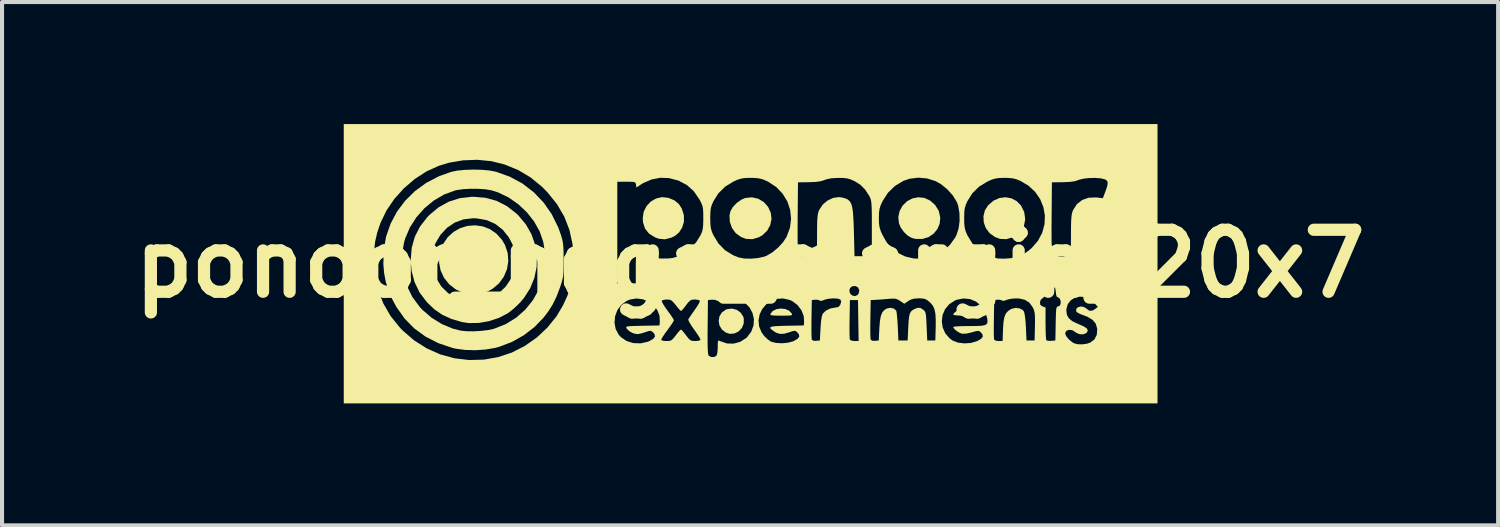
<source format=kicad_pcb>
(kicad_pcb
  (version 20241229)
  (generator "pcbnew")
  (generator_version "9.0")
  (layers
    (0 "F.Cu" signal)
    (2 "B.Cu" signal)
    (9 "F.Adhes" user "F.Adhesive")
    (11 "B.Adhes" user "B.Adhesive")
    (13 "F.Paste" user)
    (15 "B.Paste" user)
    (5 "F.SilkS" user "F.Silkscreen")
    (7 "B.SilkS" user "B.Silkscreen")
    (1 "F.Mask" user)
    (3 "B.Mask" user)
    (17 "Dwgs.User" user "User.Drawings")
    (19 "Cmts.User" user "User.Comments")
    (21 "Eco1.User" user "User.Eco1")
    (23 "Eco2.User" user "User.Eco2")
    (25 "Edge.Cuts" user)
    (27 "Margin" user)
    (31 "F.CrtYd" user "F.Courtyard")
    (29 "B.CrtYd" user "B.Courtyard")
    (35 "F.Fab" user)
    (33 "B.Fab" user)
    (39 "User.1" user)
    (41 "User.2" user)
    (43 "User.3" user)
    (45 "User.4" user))
  (footprint "ponoor_nega_margin_20x7"
    (layer "F.Cu")
    (at 15.392 3.434)
    (property "Reference" "ponoor_nega_margin_20x7" (at 0 0 0) (layer "F.SilkS") (effects (font (size 1.524 1.524) (thickness 0.3))))
    (attr board_only exclude_from_pos_files exclude_from_bom)
    (fp_poly (pts (xy -2.696 1.107) (xy -2.612 1.142) (xy -2.542 1.189) (xy -2.501 1.237) (xy -2.497 1.253) (xy -2.524 1.263) (xy -2.595 1.271) (xy -2.699 1.276) (xy -2.786 1.277) (xy -3.074 1.277) (xy -3.02 1.216) (xy -2.917 1.136) (xy -2.799 1.099)) (stroke (width 0) (type solid)) (fill yes) (layer "F.SilkS"))
    (fp_poly (pts (xy 5.428 1.143) (xy 5.517 1.216) (xy 5.571 1.277) (xy 5.283 1.277) (xy 5.163 1.275) (xy 5.067 1.269) (xy 5.008 1.26) (xy 4.995 1.253) (xy 5.019 1.209) (xy 5.08 1.159) (xy 5.16 1.118) (xy 5.193 1.107) (xy 5.31 1.101)) (stroke (width 0) (type solid)) (fill yes) (layer "F.SilkS"))
    (fp_poly (pts (xy -0.326 1.134) (xy -0.229 1.205) (xy -0.166 1.305) (xy -0.154 1.348) (xy -0.156 1.471) (xy -0.201 1.579) (xy -0.279 1.663) (xy -0.38 1.714) (xy -0.493 1.725) (xy -0.593 1.695) (xy -0.694 1.617) (xy -0.753 1.516) (xy -0.772 1.404) (xy -0.752 1.294) (xy -0.693 1.198) (xy -0.595 1.129) (xy -0.566 1.118) (xy -0.443 1.103)) (stroke (width 0) (type solid)) (fill yes) (layer "F.SilkS"))
    (fp_poly (pts (xy 0.861 1.113) (xy 0.956 1.152) (xy 1.022 1.22) (xy 1.022 1.221) (xy 1.033 1.246) (xy 1.026 1.263) (xy 0.993 1.272) (xy 0.925 1.276) (xy 0.811 1.277) (xy 0.768 1.277) (xy 0.637 1.276) (xy 0.555 1.271) (xy 0.511 1.262) (xy 0.498 1.246) (xy 0.5 1.236) (xy 0.555 1.164) (xy 0.644 1.119) (xy 0.752 1.102)) (stroke (width 0) (type solid)) (fill yes) (layer "F.SilkS"))
    (fp_poly (pts (xy 0.203 -1.597) (xy 0.342 -1.512) (xy 0.443 -1.398) (xy 0.51 -1.252) (xy 0.527 -1.099) (xy 0.496 -0.949) (xy 0.421 -0.813) (xy 0.305 -0.701) (xy 0.214 -0.649) (xy 0.056 -0.603) (xy -0.098 -0.611) (xy -0.222 -0.657) (xy -0.351 -0.75) (xy -0.445 -0.879) (xy -0.498 -1.03) (xy -0.505 -1.189) (xy -0.484 -1.286) (xy -0.426 -1.391) (xy -0.33 -1.493) (xy -0.214 -1.575) (xy -0.115 -1.617) (xy 0.047 -1.633)) (stroke (width 0) (type solid)) (fill yes) (layer "F.SilkS"))
    (fp_poly (pts (xy 6.423 -1.609) (xy 6.553 -1.541) (xy 6.66 -1.432) (xy 6.735 -1.283) (xy 6.742 -1.262) (xy 6.765 -1.091) (xy 6.735 -0.934) (xy 6.655 -0.797) (xy 6.529 -0.688) (xy 6.458 -0.649) (xy 6.299 -0.603) (xy 6.145 -0.611) (xy 6.021 -0.657) (xy 5.891 -0.75) (xy 5.798 -0.873) (xy 5.746 -1.015) (xy 5.738 -1.166) (xy 5.774 -1.312) (xy 5.852 -1.435) (xy 5.983 -1.549) (xy 6.129 -1.615) (xy 6.278 -1.634)) (stroke (width 0) (type solid)) (fill yes) (layer "F.SilkS"))
    (fp_poly (pts (xy -2.016 -1.621) (xy -2.008 -1.619) (xy -1.859 -1.557) (xy -1.752 -1.469) (xy -1.677 -1.353) (xy -1.627 -1.192) (xy -1.626 -1.03) (xy -1.671 -0.886) (xy -1.747 -0.768) (xy -1.843 -0.687) (xy -1.937 -0.64) (xy -2.095 -0.6) (xy -2.251 -0.616) (xy -2.341 -0.65) (xy -2.485 -0.741) (xy -2.581 -0.86) (xy -2.631 -1.011) (xy -2.639 -1.124) (xy -2.614 -1.281) (xy -2.545 -1.418) (xy -2.442 -1.528) (xy -2.313 -1.603) (xy -2.168 -1.637)) (stroke (width 0) (type solid)) (fill yes) (layer "F.SilkS"))
    (fp_poly (pts (xy 4.285 -1.618) (xy 4.428 -1.552) (xy 4.55 -1.444) (xy 4.635 -1.307) (xy 4.642 -1.29) (xy 4.677 -1.131) (xy 4.661 -0.981) (xy 4.603 -0.847) (xy 4.509 -0.735) (xy 4.386 -0.654) (xy 4.241 -0.61) (xy 4.08 -0.609) (xy 3.98 -0.632) (xy 3.88 -0.687) (xy 3.783 -0.779) (xy 3.704 -0.891) (xy 3.661 -0.992) (xy 3.645 -1.15) (xy 3.678 -1.299) (xy 3.751 -1.429) (xy 3.857 -1.534) (xy 3.989 -1.605) (xy 4.138 -1.634)) (stroke (width 0) (type solid)) (fill yes) (layer "F.SilkS"))
    (fp_poly (pts (xy -6.577 -0.919) (xy -6.401 -0.852) (xy -6.241 -0.744) (xy -6.104 -0.593) (xy -6.026 -0.462) (xy -5.959 -0.265) (xy -5.944 -0.062) (xy -5.977 0.136) (xy -6.056 0.322) (xy -6.175 0.485) (xy -6.333 0.618) (xy -6.453 0.683) (xy -6.617 0.734) (xy -6.793 0.755) (xy -6.96 0.744) (xy -7.029 0.727) (xy -7.231 0.635) (xy -7.398 0.505) (xy -7.526 0.345) (xy -7.61 0.162) (xy -7.647 -0.036) (xy -7.631 -0.244) (xy -7.622 -0.286) (xy -7.545 -0.488) (xy -7.431 -0.655) (xy -7.288 -0.784) (xy -7.124 -0.876) (xy -6.946 -0.93) (xy -6.761 -0.944)) (stroke (width 0) (type solid)) (fill yes) (layer "F.SilkS"))
    (fp_poly (pts (xy -6.504 -1.621) (xy -6.231 -1.545) (xy -5.979 -1.416) (xy -5.745 -1.234) (xy -5.701 -1.192) (xy -5.514 -0.97) (xy -5.375 -0.725) (xy -5.284 -0.463) (xy -5.241 -0.193) (xy -5.248 0.08) (xy -5.303 0.348) (xy -5.407 0.605) (xy -5.561 0.844) (xy -5.651 0.95) (xy -5.749 1.047) (xy -5.855 1.141) (xy -5.947 1.212) (xy -5.961 1.221) (xy -6.178 1.333) (xy -6.419 1.413) (xy -6.669 1.456) (xy -6.912 1.46) (xy -7.081 1.435) (xy -7.344 1.358) (xy -7.567 1.256) (xy -7.763 1.121) (xy -7.946 0.945) (xy -7.947 0.944) (xy -8.124 0.711) (xy -8.249 0.453) (xy -8.323 0.173) (xy -8.344 -0.094) (xy -8.343 -0.099) (xy -7.816 -0.099) (xy -7.788 0.146) (xy -7.711 0.367) (xy -7.59 0.561) (xy -7.427 0.721) (xy -7.227 0.841) (xy -7.069 0.899) (xy -6.892 0.927) (xy -6.695 0.923) (xy -6.503 0.888) (xy -6.379 0.844) (xy -6.175 0.722) (xy -6.01 0.565) (xy -5.886 0.381) (xy -5.804 0.176) (xy -5.769 -0.04) (xy -5.781 -0.261) (xy -5.843 -0.48) (xy -5.932 -0.649) (xy -6.084 -0.839) (xy -6.267 -0.98) (xy -6.477 -1.072) (xy -6.716 -1.114) (xy -6.813 -1.118) (xy -7.047 -1.09) (xy -7.262 -1.011) (xy -7.451 -0.883) (xy -7.611 -0.712) (xy -7.729 -0.515) (xy -7.776 -0.406) (xy -7.803 -0.315) (xy -7.814 -0.216) (xy -7.816 -0.099) (xy -8.343 -0.099) (xy -8.319 -0.391) (xy -8.243 -0.663) (xy -8.115 -0.914) (xy -7.934 -1.147) (xy -7.888 -1.195) (xy -7.661 -1.385) (xy -7.41 -1.524) (xy -7.138 -1.611) (xy -6.844 -1.645) (xy -6.801 -1.646)) (stroke (width 0) (type solid)) (fill yes) (layer "F.SilkS"))
    (fp_poly (pts (xy -6.599 -2.309) (xy -6.407 -2.292) (xy -6.251 -2.262) (xy -6.244 -2.26) (xy -5.906 -2.139) (xy -5.596 -1.971) (xy -5.319 -1.758) (xy -5.077 -1.505) (xy -4.875 -1.215) (xy -4.716 -0.892) (xy -4.65 -0.708) (xy -4.622 -0.613) (xy -4.603 -0.523) (xy -4.592 -0.424) (xy -4.586 -0.301) (xy -4.584 -0.14) (xy -4.584 -0.085) (xy -4.584 0.08) (xy -4.588 0.203) (xy -4.596 0.299) (xy -4.612 0.383) (xy -4.636 0.47) (xy -4.671 0.576) (xy -4.678 0.595) (xy -4.762 0.816) (xy -4.853 1.002) (xy -4.961 1.173) (xy -5.072 1.319) (xy -5.297 1.554) (xy -5.562 1.758) (xy -5.855 1.923) (xy -6.166 2.042) (xy -6.272 2.071) (xy -6.504 2.11) (xy -6.755 2.127) (xy -7.005 2.12) (xy -7.232 2.09) (xy -7.308 2.073) (xy -7.663 1.954) (xy -7.979 1.793) (xy -8.256 1.591) (xy -8.495 1.347) (xy -8.697 1.061) (xy -8.801 0.866) (xy -8.895 0.648) (xy -8.958 0.443) (xy -8.998 0.227) (xy -9.016 0.013) (xy -9.014 -0.071) (xy -8.55 -0.071) (xy -8.522 0.243) (xy -8.44 0.539) (xy -8.306 0.813) (xy -8.122 1.063) (xy -8.057 1.133) (xy -7.832 1.327) (xy -7.58 1.483) (xy -7.313 1.595) (xy -7.116 1.645) (xy -6.972 1.66) (xy -6.796 1.662) (xy -6.61 1.651) (xy -6.437 1.631) (xy -6.3 1.601) (xy -6.011 1.487) (xy -5.752 1.328) (xy -5.529 1.132) (xy -5.343 0.902) (xy -5.198 0.645) (xy -5.096 0.366) (xy -5.042 0.071) (xy -5.038 -0.236) (xy -5.084 -0.536) (xy -5.173 -0.794) (xy -5.311 -1.04) (xy -5.49 -1.267) (xy -5.703 -1.466) (xy -5.942 -1.632) (xy -6.199 -1.755) (xy -6.349 -1.802) (xy -6.493 -1.828) (xy -6.671 -1.841) (xy -6.864 -1.843) (xy -7.05 -1.833) (xy -7.208 -1.811) (xy -7.25 -1.801) (xy -7.52 -1.703) (xy -7.774 -1.555) (xy -8.004 -1.366) (xy -8.203 -1.142) (xy -8.364 -0.892) (xy -8.479 -0.621) (xy -8.504 -0.536) (xy -8.534 -0.374) (xy -8.549 -0.177) (xy -8.55 -0.071) (xy -9.014 -0.071) (xy -9.009 -0.335) (xy -8.948 -0.67) (xy -8.838 -0.986) (xy -8.681 -1.28) (xy -8.481 -1.548) (xy -8.24 -1.785) (xy -7.962 -1.988) (xy -7.649 -2.151) (xy -7.35 -2.258) (xy -7.201 -2.289) (xy -7.013 -2.307) (xy -6.807 -2.314)) (stroke (width 0) (type solid)) (fill yes) (layer "F.SilkS"))
    (fp_poly (pts (xy 10.018 3.434) (xy -9.99 3.434) (xy -9.99 -0.105) (xy -9.251 -0.105) (xy -9.226 0.276) (xy -9.148 0.636) (xy -9.019 0.974) (xy -8.838 1.287) (xy -8.607 1.574) (xy -8.544 1.64) (xy -8.26 1.885) (xy -7.949 2.082) (xy -7.617 2.229) (xy -7.269 2.325) (xy -6.909 2.368) (xy -6.543 2.358) (xy -6.187 2.295) (xy -5.854 2.183) (xy -5.537 2.021) (xy -5.245 1.816) (xy -4.984 1.572) (xy -4.885 1.449) (xy -3.333 1.449) (xy -3.305 1.603) (xy -3.233 1.742) (xy -3.174 1.807) (xy -3.034 1.901) (xy -2.869 1.952) (xy -2.691 1.958) (xy -2.516 1.919) (xy -2.476 1.902) (xy -2.417 1.869) (xy -2.185 1.869) (xy -2.159 1.89) (xy -2.087 1.901) (xy -2.058 1.901) (xy -1.985 1.898) (xy -1.934 1.881) (xy -1.887 1.838) (xy -1.825 1.76) (xy -1.825 1.76) (xy -1.767 1.685) (xy -1.721 1.634) (xy -1.699 1.618) (xy -1.673 1.639) (xy -1.626 1.694) (xy -1.575 1.76) (xy -1.514 1.838) (xy -1.467 1.881) (xy -1.416 1.898) (xy -1.346 1.901) (xy -1.257 1.894) (xy -1.221 1.871) (xy -1.22 1.865) (xy -1.236 1.828) (xy -1.254 1.798) (xy -1.045 1.798) (xy -1.044 1.985) (xy -1.04 2.121) (xy -1.032 2.211) (xy -1.021 2.256) (xy -1.019 2.26) (xy -0.959 2.293) (xy -0.884 2.293) (xy -0.829 2.265) (xy -0.81 2.219) (xy -0.798 2.133) (xy -0.795 2.051) (xy -0.794 1.954) (xy -0.788 1.903) (xy -0.773 1.888) (xy -0.744 1.899) (xy -0.731 1.905) (xy -0.571 1.961) (xy -0.404 1.965) (xy -0.241 1.92) (xy -0.097 1.828) (xy -0.07 1.803) (xy 0.032 1.665) (xy 0.086 1.515) (xy 0.093 1.391) (xy 0.208 1.391) (xy 0.222 1.541) (xy 0.283 1.688) (xy 0.348 1.778) (xy 0.422 1.85) (xy 0.5 1.906) (xy 0.524 1.919) (xy 0.64 1.948) (xy 0.784 1.956) (xy 0.932 1.942) (xy 1.059 1.908) (xy 1.072 1.902) (xy 1.168 1.847) (xy 1.21 1.791) (xy 1.199 1.732) (xy 1.168 1.695) (xy 1.13 1.66) (xy 1.094 1.649) (xy 1.041 1.659) (xy 0.973 1.683) (xy 0.84 1.721) (xy 0.736 1.726) (xy 0.644 1.697) (xy 0.595 1.667) (xy 0.53 1.62) (xy 0.497 1.586) (xy 0.499 1.562) (xy 0.542 1.545) (xy 0.63 1.535) (xy 0.766 1.529) (xy 0.899 1.526) (xy 1.21 1.52) (xy 1.509 1.52) (xy 1.509 1.661) (xy 1.511 1.773) (xy 1.514 1.845) (xy 1.517 1.867) (xy 1.557 1.894) (xy 1.625 1.896) (xy 1.717 1.887) (xy 1.732 1.589) (xy 1.737 1.52) (xy 2.445 1.52) (xy 2.445 1.661) (xy 2.447 1.772) (xy 2.45 1.844) (xy 2.453 1.865) (xy 2.489 1.889) (xy 2.557 1.901) (xy 2.568 1.901) (xy 2.669 1.901) (xy 2.663 1.52) (xy 2.956 1.52) (xy 2.956 1.661) (xy 2.958 1.773) (xy 2.962 1.845) (xy 2.965 1.867) (xy 3.004 1.894) (xy 3.072 1.896) (xy 3.164 1.887) (xy 3.179 1.588) (xy 3.192 1.414) (xy 3.215 1.286) (xy 3.251 1.197) (xy 3.304 1.136) (xy 3.362 1.102) (xy 3.449 1.084) (xy 3.532 1.101) (xy 3.589 1.148) (xy 3.593 1.156) (xy 3.604 1.203) (xy 3.614 1.294) (xy 3.624 1.414) (xy 3.632 1.547) (xy 3.647 1.887) (xy 3.874 1.887) (xy 3.889 1.575) (xy 3.898 1.416) (xy 3.91 1.304) (xy 3.928 1.228) (xy 3.955 1.177) (xy 3.994 1.142) (xy 4.032 1.12) (xy 4.121 1.084) (xy 4.189 1.088) (xy 4.26 1.132) (xy 4.288 1.159) (xy 4.308 1.193) (xy 4.321 1.245) (xy 4.33 1.325) (xy 4.337 1.446) (xy 4.341 1.537) (xy 4.356 1.887) (xy 4.555 1.887) (xy 4.564 1.561) (xy 4.565 1.416) (xy 4.714 1.416) (xy 4.736 1.569) (xy 4.8 1.712) (xy 4.907 1.836) (xy 4.981 1.889) (xy 5.11 1.94) (xy 5.267 1.959) (xy 5.43 1.948) (xy 5.58 1.904) (xy 5.584 1.902) (xy 5.681 1.847) (xy 5.723 1.791) (xy 5.711 1.732) (xy 5.681 1.696) (xy 5.647 1.664) (xy 5.613 1.651) (xy 5.565 1.656) (xy 5.483 1.678) (xy 5.453 1.687) (xy 5.324 1.717) (xy 5.224 1.722) (xy 5.203 1.719) (xy 5.133 1.689) (xy 5.063 1.642) (xy 5.011 1.591) (xy 4.995 1.556) (xy 5.022 1.547) (xy 5.095 1.54) (xy 5.204 1.535) (xy 5.34 1.533) (xy 5.389 1.533) (xy 5.562 1.531) (xy 5.686 1.526) (xy 5.72 1.52) (xy 5.993 1.52) (xy 5.993 1.661) (xy 5.994 1.772) (xy 5.998 1.844) (xy 6.001 1.865) (xy 6.036 1.89) (xy 6.103 1.901) (xy 6.112 1.901) (xy 6.209 1.901) (xy 6.22 1.605) (xy 6.231 1.435) (xy 6.253 1.312) (xy 6.29 1.223) (xy 6.347 1.16) (xy 6.426 1.111) (xy 6.522 1.087) (xy 6.621 1.097) (xy 6.702 1.137) (xy 6.732 1.172) (xy 6.748 1.225) (xy 6.763 1.321) (xy 6.775 1.445) (xy 6.782 1.561) (xy 6.797 1.887) (xy 6.996 1.887) (xy 7.004 1.54) (xy 7.006 1.388) (xy 7.004 1.28) (xy 6.996 1.202) (xy 6.981 1.141) (xy 6.957 1.085) (xy 6.953 1.078) (xy 6.871 0.961) (xy 6.845 0.944) (xy 7.129 0.944) (xy 7.134 1.007) (xy 7.179 1.044) (xy 7.192 1.049) (xy 7.265 1.077) (xy 7.265 1.47) (xy 7.267 1.614) (xy 7.27 1.738) (xy 7.276 1.83) (xy 7.283 1.879) (xy 7.286 1.884) (xy 7.325 1.895) (xy 7.395 1.897) (xy 7.406 1.896) (xy 7.506 1.887) (xy 7.51 1.714) (xy 7.748 1.714) (xy 7.771 1.778) (xy 7.83 1.853) (xy 7.914 1.924) (xy 7.961 1.954) (xy 8.05 1.979) (xy 8.166 1.983) (xy 8.286 1.966) (xy 8.362 1.94) (xy 8.466 1.863) (xy 8.524 1.752) (xy 8.536 1.611) (xy 8.534 1.592) (xy 8.499 1.474) (xy 8.42 1.379) (xy 8.293 1.303) (xy 8.188 1.264) (xy 8.101 1.23) (xy 8.039 1.194) (xy 8.019 1.172) (xy 8.019 1.113) (xy 8.058 1.072) (xy 8.122 1.053) (xy 8.194 1.059) (xy 8.261 1.095) (xy 8.273 1.107) (xy 8.345 1.157) (xy 8.423 1.151) (xy 8.486 1.112) (xy 8.55 1.061) (xy 8.458 0.956) (xy 8.349 0.866) (xy 8.226 0.818) (xy 8.101 0.81) (xy 7.983 0.838) (xy 7.883 0.901) (xy 7.811 0.995) (xy 7.777 1.118) (xy 7.776 1.148) (xy 7.79 1.257) (xy 7.838 1.343) (xy 7.927 1.415) (xy 8.064 1.48) (xy 8.086 1.489) (xy 8.212 1.545) (xy 8.284 1.596) (xy 8.304 1.646) (xy 8.276 1.698) (xy 8.275 1.698) (xy 8.202 1.735) (xy 8.11 1.735) (xy 8.02 1.699) (xy 7.991 1.676) (xy 7.92 1.634) (xy 7.844 1.625) (xy 7.782 1.647) (xy 7.749 1.698) (xy 7.748 1.714) (xy 7.51 1.714) (xy 7.514 1.469) (xy 7.518 1.307) (xy 7.522 1.193) (xy 7.528 1.119) (xy 7.538 1.076) (xy 7.552 1.056) (xy 7.572 1.05) (xy 7.578 1.05) (xy 7.619 1.027) (xy 7.638 0.973) (xy 7.635 0.908) (xy 7.61 0.853) (xy 7.577 0.831) (xy 7.538 0.806) (xy 7.522 0.749) (xy 7.521 0.712) (xy 7.505 0.61) (xy 7.457 0.553) (xy 7.393 0.539) (xy 7.317 0.561) (xy 7.275 0.626) (xy 7.265 0.708) (xy 7.255 0.786) (xy 7.219 0.829) (xy 7.201 0.838) (xy 7.145 0.891) (xy 7.129 0.944) (xy 6.845 0.944) (xy 6.763 0.889) (xy 6.62 0.856) (xy 6.542 0.853) (xy 6.436 0.86) (xy 6.344 0.877) (xy 6.3 0.893) (xy 6.229 0.916) (xy 6.196 0.904) (xy 6.144 0.886) (xy 6.082 0.885) (xy 6.002 0.894) (xy 5.995 1.361) (xy 5.993 1.52) (xy 5.72 1.52) (xy 5.768 1.512) (xy 5.815 1.488) (xy 5.836 1.449) (xy 5.837 1.392) (xy 5.829 1.337) (xy 5.777 1.17) (xy 5.683 1.034) (xy 5.557 0.932) (xy 5.409 0.87) (xy 5.247 0.854) (xy 5.08 0.887) (xy 5.036 0.905) (xy 4.895 0.997) (xy 4.794 1.119) (xy 4.733 1.262) (xy 4.714 1.416) (xy 4.565 1.416) (xy 4.565 1.371) (xy 4.556 1.227) (xy 4.533 1.118) (xy 4.495 1.034) (xy 4.438 0.964) (xy 4.412 0.939) (xy 4.344 0.887) (xy 4.28 0.861) (xy 4.193 0.852) (xy 4.149 0.851) (xy 4.029 0.859) (xy 3.94 0.888) (xy 3.889 0.918) (xy 3.792 0.984) (xy 3.691 0.916) (xy 3.625 0.877) (xy 3.561 0.859) (xy 3.477 0.859) (xy 3.42 0.863) (xy 3.296 0.874) (xy 3.168 0.883) (xy 3.108 0.887) (xy 2.966 0.894) (xy 2.958 1.361) (xy 2.956 1.52) (xy 2.663 1.52) (xy 2.661 1.398) (xy 2.654 0.894) (xy 2.455 0.894) (xy 2.447 1.361) (xy 2.445 1.52) (xy 1.737 1.52) (xy 1.744 1.422) (xy 1.763 1.3) (xy 1.787 1.23) (xy 1.788 1.227) (xy 1.864 1.155) (xy 1.971 1.101) (xy 2.088 1.079) (xy 2.098 1.078) (xy 2.172 1.064) (xy 2.216 1.014) (xy 2.218 1.009) (xy 2.241 0.933) (xy 2.223 0.884) (xy 2.16 0.859) (xy 2.051 0.852) (xy 1.947 0.86) (xy 1.856 0.877) (xy 1.816 0.893) (xy 1.745 0.916) (xy 1.712 0.904) (xy 1.66 0.886) (xy 1.598 0.885) (xy 1.518 0.894) (xy 1.51 1.361) (xy 1.509 1.52) (xy 1.21 1.52) (xy 1.32 1.518) (xy 1.329 1.434) (xy 1.319 1.286) (xy 1.262 1.142) (xy 1.166 1.016) (xy 1.039 0.92) (xy 0.978 0.892) (xy 0.811 0.854) (xy 0.655 0.864) (xy 0.514 0.916) (xy 0.394 1.002) (xy 0.299 1.114) (xy 0.235 1.247) (xy 0.208 1.391) (xy 0.093 1.391) (xy 0.095 1.362) (xy 0.061 1.214) (xy -0.01 1.08) (xy -0.115 0.97) (xy -0.251 0.891) (xy -0.414 0.853) (xy -0.464 0.851) (xy -0.567 0.861) (xy -0.661 0.885) (xy -0.685 0.896) (xy -0.755 0.923) (xy -0.801 0.914) (xy -0.809 0.908) (xy -0.863 0.888) (xy -0.939 0.885) (xy -0.942 0.885) (xy -1.036 0.894) (xy -1.043 1.557) (xy -1.045 1.798) (xy -1.254 1.798) (xy -1.279 1.757) (xy -1.341 1.666) (xy -1.376 1.617) (xy -1.443 1.521) (xy -1.493 1.439) (xy -1.518 1.385) (xy -1.519 1.371) (xy -1.498 1.334) (xy -1.451 1.264) (xy -1.388 1.174) (xy -1.362 1.137) (xy -1.298 1.044) (xy -1.253 0.967) (xy -1.234 0.918) (xy -1.234 0.909) (xy -1.272 0.89) (xy -1.342 0.88) (xy -1.361 0.88) (xy -1.426 0.885) (xy -1.475 0.907) (xy -1.525 0.957) (xy -1.575 1.022) (xy -1.632 1.096) (xy -1.677 1.147) (xy -1.698 1.162) (xy -1.724 1.141) (xy -1.773 1.086) (xy -1.825 1.02) (xy -1.89 0.942) (xy -1.94 0.899) (xy -1.993 0.882) (xy -2.044 0.88) (xy -2.119 0.887) (xy -2.167 0.904) (xy -2.172 0.909) (xy -2.164 0.944) (xy -2.127 1.011) (xy -2.069 1.099) (xy -2.032 1.15) (xy -1.962 1.245) (xy -1.908 1.325) (xy -1.877 1.378) (xy -1.873 1.391) (xy -1.889 1.425) (xy -1.932 1.493) (xy -1.995 1.582) (xy -2.029 1.628) (xy -2.098 1.723) (xy -2.151 1.803) (xy -2.181 1.856) (xy -2.185 1.869) (xy -2.417 1.869) (xy -2.379 1.847) (xy -2.337 1.791) (xy -2.349 1.732) (xy -2.379 1.695) (xy -2.418 1.66) (xy -2.454 1.649) (xy -2.506 1.659) (xy -2.575 1.683) (xy -2.668 1.712) (xy -2.749 1.729) (xy -2.776 1.731) (xy -2.867 1.713) (xy -2.959 1.666) (xy -3.027 1.605) (xy -3.036 1.59) (xy -3.046 1.568) (xy -3.041 1.553) (xy -3.015 1.542) (xy -2.959 1.536) (xy -2.866 1.531) (xy -2.728 1.528) (xy -2.647 1.526) (xy -2.228 1.518) (xy -2.218 1.434) (xy -2.226 1.278) (xy -2.281 1.139) (xy -2.374 1.022) (xy -2.496 0.931) (xy -2.639 0.874) (xy -2.793 0.855) (xy -2.949 0.88) (xy -3.039 0.917) (xy -3.17 1.015) (xy -3.264 1.144) (xy -3.319 1.293) (xy -3.333 1.449) (xy -4.885 1.449) (xy -4.761 1.297) (xy -4.598 1.022) (xy -4.492 0.79) (xy -4.449 0.665) (xy 2.441 0.665) (xy 2.462 0.738) (xy 2.514 0.783) (xy 2.58 0.796) (xy 2.642 0.77) (xy 2.668 0.737) (xy 2.686 0.656) (xy 2.658 0.587) (xy 2.595 0.55) (xy 2.513 0.553) (xy 2.458 0.599) (xy 2.441 0.665) (xy -4.449 0.665) (xy -4.418 0.576) (xy -4.398 0.482) (xy -3.264 0.482) (xy -2.81 0.482) (xy -2.81 0.069) (xy -2.808 -0.076) (xy -2.804 -0.198) (xy -2.799 -0.286) (xy -2.792 -0.332) (xy -2.788 -0.336) (xy -2.754 -0.319) (xy -2.684 -0.284) (xy -2.59 -0.238) (xy -2.569 -0.227) (xy -2.464 -0.177) (xy -2.379 -0.147) (xy -2.292 -0.133) (xy -2.181 -0.128) (xy -2.128 -0.128) (xy -2 -0.13) (xy -1.906 -0.141) (xy -1.822 -0.165) (xy -1.726 -0.207) (xy -1.697 -0.221) (xy -1.493 -0.352) (xy -1.326 -0.526) (xy -1.216 -0.703) (xy -1.184 -0.777) (xy -1.164 -0.852) (xy -1.154 -0.945) (xy -1.15 -1.073) (xy -1.15 -1.121) (xy -0.979 -1.121) (xy -0.976 -0.985) (xy -0.966 -0.884) (xy -0.943 -0.799) (xy -0.906 -0.709) (xy -0.905 -0.708) (xy -0.779 -0.499) (xy -0.616 -0.332) (xy -0.415 -0.208) (xy -0.276 -0.153) (xy -0.144 -0.128) (xy 0.017 -0.124) (xy 0.185 -0.138) (xy 0.338 -0.171) (xy 0.405 -0.195) (xy 0.544 -0.276) (xy 0.685 -0.392) (xy 0.81 -0.527) (xy 0.898 -0.661) (xy 0.968 -0.849) (xy 1.169 -0.849) (xy 1.169 -0.627) (xy 1.172 -0.455) (xy 1.177 -0.331) (xy 1.184 -0.251) (xy 1.193 -0.212) (xy 1.195 -0.209) (xy 1.239 -0.189) (xy 1.321 -0.175) (xy 1.419 -0.169) (xy 1.516 -0.172) (xy 1.592 -0.184) (xy 1.601 -0.188) (xy 1.618 -0.201) (xy 1.629 -0.231) (xy 1.638 -0.286) (xy 1.643 -0.373) (xy 1.646 -0.501) (xy 1.647 -0.676) (xy 1.647 -0.705) (xy 1.648 -0.894) (xy 1.651 -1.036) (xy 1.657 -1.14) (xy 1.667 -1.216) (xy 1.681 -1.275) (xy 1.699 -1.321) (xy 1.785 -1.451) (xy 1.903 -1.552) (xy 2.04 -1.617) (xy 2.183 -1.638) (xy 2.251 -1.63) (xy 2.334 -1.609) (xy 2.399 -1.581) (xy 2.449 -1.539) (xy 2.486 -1.477) (xy 2.512 -1.387) (xy 2.53 -1.264) (xy 2.541 -1.1) (xy 2.55 -0.889) (xy 2.553 -0.78) (xy 2.568 -0.184) (xy 2.994 -0.184) (xy 2.994 -0.866) (xy 2.994 -1.081) (xy 2.994 -1.124) (xy 3.167 -1.124) (xy 3.17 -0.994) (xy 3.184 -0.896) (xy 3.212 -0.805) (xy 3.255 -0.709) (xy 3.354 -0.532) (xy 3.47 -0.394) (xy 3.618 -0.276) (xy 3.629 -0.269) (xy 3.817 -0.177) (xy 4.028 -0.128) (xy 4.249 -0.123) (xy 4.464 -0.163) (xy 4.576 -0.206) (xy 4.756 -0.316) (xy 4.917 -0.467) (xy 5.043 -0.643) (xy 5.075 -0.704) (xy 5.127 -0.866) (xy 5.152 -1.055) (xy 5.151 -1.121) (xy 5.264 -1.121) (xy 5.267 -0.985) (xy 5.278 -0.884) (xy 5.3 -0.799) (xy 5.338 -0.709) (xy 5.338 -0.708) (xy 5.465 -0.499) (xy 5.628 -0.332) (xy 5.829 -0.208) (xy 5.968 -0.153) (xy 6.099 -0.128) (xy 6.26 -0.124) (xy 6.429 -0.138) (xy 6.582 -0.171) (xy 6.648 -0.195) (xy 6.742 -0.247) (xy 6.849 -0.322) (xy 6.928 -0.389) (xy 7.081 -0.567) (xy 7.184 -0.764) (xy 7.207 -0.849) (xy 7.412 -0.849) (xy 7.413 -0.627) (xy 7.415 -0.455) (xy 7.42 -0.331) (xy 7.427 -0.251) (xy 7.437 -0.212) (xy 7.439 -0.209) (xy 7.483 -0.189) (xy 7.564 -0.175) (xy 7.663 -0.169) (xy 7.76 -0.172) (xy 7.835 -0.184) (xy 7.845 -0.188) (xy 7.861 -0.201) (xy 7.873 -0.231) (xy 7.881 -0.286) (xy 7.886 -0.373) (xy 7.889 -0.501) (xy 7.89 -0.676) (xy 7.89 -0.705) (xy 7.891 -0.894) (xy 7.894 -1.036) (xy 7.901 -1.14) (xy 7.91 -1.216) (xy 7.925 -1.275) (xy 7.943 -1.321) (xy 8.037 -1.465) (xy 8.166 -1.567) (xy 8.325 -1.623) (xy 8.508 -1.63) (xy 8.529 -1.628) (xy 8.674 -1.611) (xy 8.736 -1.773) (xy 8.778 -1.895) (xy 8.794 -1.978) (xy 8.783 -2.031) (xy 8.744 -2.065) (xy 8.72 -2.076) (xy 8.624 -2.099) (xy 8.493 -2.109) (xy 8.349 -2.107) (xy 8.211 -2.093) (xy 8.1 -2.068) (xy 8.074 -2.058) (xy 7.981 -2.028) (xy 7.855 -2.011) (xy 7.691 -2.004) (xy 7.421 -2.001) (xy 7.414 -1.124) (xy 7.412 -0.849) (xy 7.207 -0.849) (xy 7.24 -0.972) (xy 7.249 -1.183) (xy 7.212 -1.391) (xy 7.132 -1.589) (xy 7.008 -1.768) (xy 6.843 -1.921) (xy 6.646 -2.037) (xy 6.543 -2.079) (xy 6.444 -2.101) (xy 6.325 -2.11) (xy 6.257 -2.111) (xy 6.127 -2.108) (xy 6.028 -2.094) (xy 5.933 -2.064) (xy 5.841 -2.023) (xy 5.632 -1.896) (xy 5.464 -1.73) (xy 5.343 -1.537) (xy 5.304 -1.449) (xy 5.28 -1.369) (xy 5.268 -1.277) (xy 5.265 -1.153) (xy 5.264 -1.121) (xy 5.151 -1.121) (xy 5.148 -1.248) (xy 5.117 -1.426) (xy 5.086 -1.512) (xy 4.988 -1.675) (xy 4.85 -1.829) (xy 4.69 -1.959) (xy 4.561 -2.031) (xy 4.354 -2.096) (xy 4.135 -2.116) (xy 3.921 -2.089) (xy 3.77 -2.037) (xy 3.561 -1.911) (xy 3.388 -1.742) (xy 3.258 -1.539) (xy 3.21 -1.435) (xy 3.183 -1.347) (xy 3.17 -1.252) (xy 3.167 -1.125) (xy 3.167 -1.124) (xy 2.994 -1.124) (xy 2.993 -1.247) (xy 2.99 -1.373) (xy 2.985 -1.465) (xy 2.978 -1.532) (xy 2.967 -1.582) (xy 2.952 -1.623) (xy 2.932 -1.663) (xy 2.932 -1.664) (xy 2.831 -1.821) (xy 2.717 -1.937) (xy 2.574 -2.028) (xy 2.562 -2.033) (xy 2.467 -2.075) (xy 2.38 -2.099) (xy 2.277 -2.109) (xy 2.173 -2.11) (xy 1.998 -2.101) (xy 1.868 -2.073) (xy 1.831 -2.058) (xy 1.737 -2.028) (xy 1.612 -2.011) (xy 1.447 -2.004) (xy 1.178 -2.001) (xy 1.17 -1.124) (xy 1.169 -0.849) (xy 0.968 -0.849) (xy 0.98 -0.88) (xy 1.008 -1.103) (xy 0.986 -1.322) (xy 0.917 -1.531) (xy 0.802 -1.72) (xy 0.646 -1.884) (xy 0.449 -2.014) (xy 0.402 -2.037) (xy 0.299 -2.079) (xy 0.2 -2.101) (xy 0.081 -2.11) (xy 0.014 -2.111) (xy -0.117 -2.108) (xy -0.216 -2.094) (xy -0.311 -2.064) (xy -0.403 -2.023) (xy -0.611 -1.896) (xy -0.779 -1.73) (xy -0.9 -1.537) (xy -0.94 -1.449) (xy -0.964 -1.369) (xy -0.975 -1.277) (xy -0.979 -1.153) (xy -0.979 -1.121) (xy -1.15 -1.121) (xy -1.151 -1.254) (xy -1.157 -1.348) (xy -1.171 -1.421) (xy -1.198 -1.49) (xy -1.241 -1.574) (xy -1.247 -1.584) (xy -1.383 -1.782) (xy -1.552 -1.934) (xy -1.756 -2.042) (xy -1.993 -2.105) (xy -2.205 -2.113) (xy -2.42 -2.072) (xy -2.622 -1.985) (xy -2.668 -1.958) (xy -2.795 -1.874) (xy -2.804 -1.945) (xy -2.812 -1.98) (xy -2.831 -2.001) (xy -2.873 -2.011) (xy -2.952 -2.015) (xy -3.039 -2.015) (xy -3.264 -2.015) (xy -3.264 0.482) (xy -4.398 0.482) (xy -4.371 0.359) (xy -4.346 0.123) (xy -4.34 -0.106) (xy -4.365 -0.48) (xy -4.441 -0.83) (xy -4.568 -1.158) (xy -4.748 -1.466) (xy -4.981 -1.755) (xy -5.117 -1.893) (xy -5.394 -2.12) (xy -5.698 -2.301) (xy -6.038 -2.441) (xy -6.039 -2.441) (xy -6.362 -2.521) (xy -6.705 -2.555) (xy -7.056 -2.542) (xy -7.402 -2.483) (xy -7.653 -2.407) (xy -7.957 -2.269) (xy -8.245 -2.082) (xy -8.51 -1.855) (xy -8.744 -1.596) (xy -8.937 -1.313) (xy -9.083 -1.013) (xy -9.085 -1.008) (xy -9.168 -0.764) (xy -9.22 -0.534) (xy -9.246 -0.292) (xy -9.251 -0.105) (xy -9.99 -0.105) (xy -9.99 -3.434) (xy 10.018 -3.434)) (stroke (width 0) (type solid)) (fill yes) (layer "F.SilkS")))
  (gr_rect
    (start -3 -3)
    (end 33.785 9.868)
    (stroke (width 0.1) (type default))
    (fill no)
    (layer "Edge.Cuts")))
</source>
